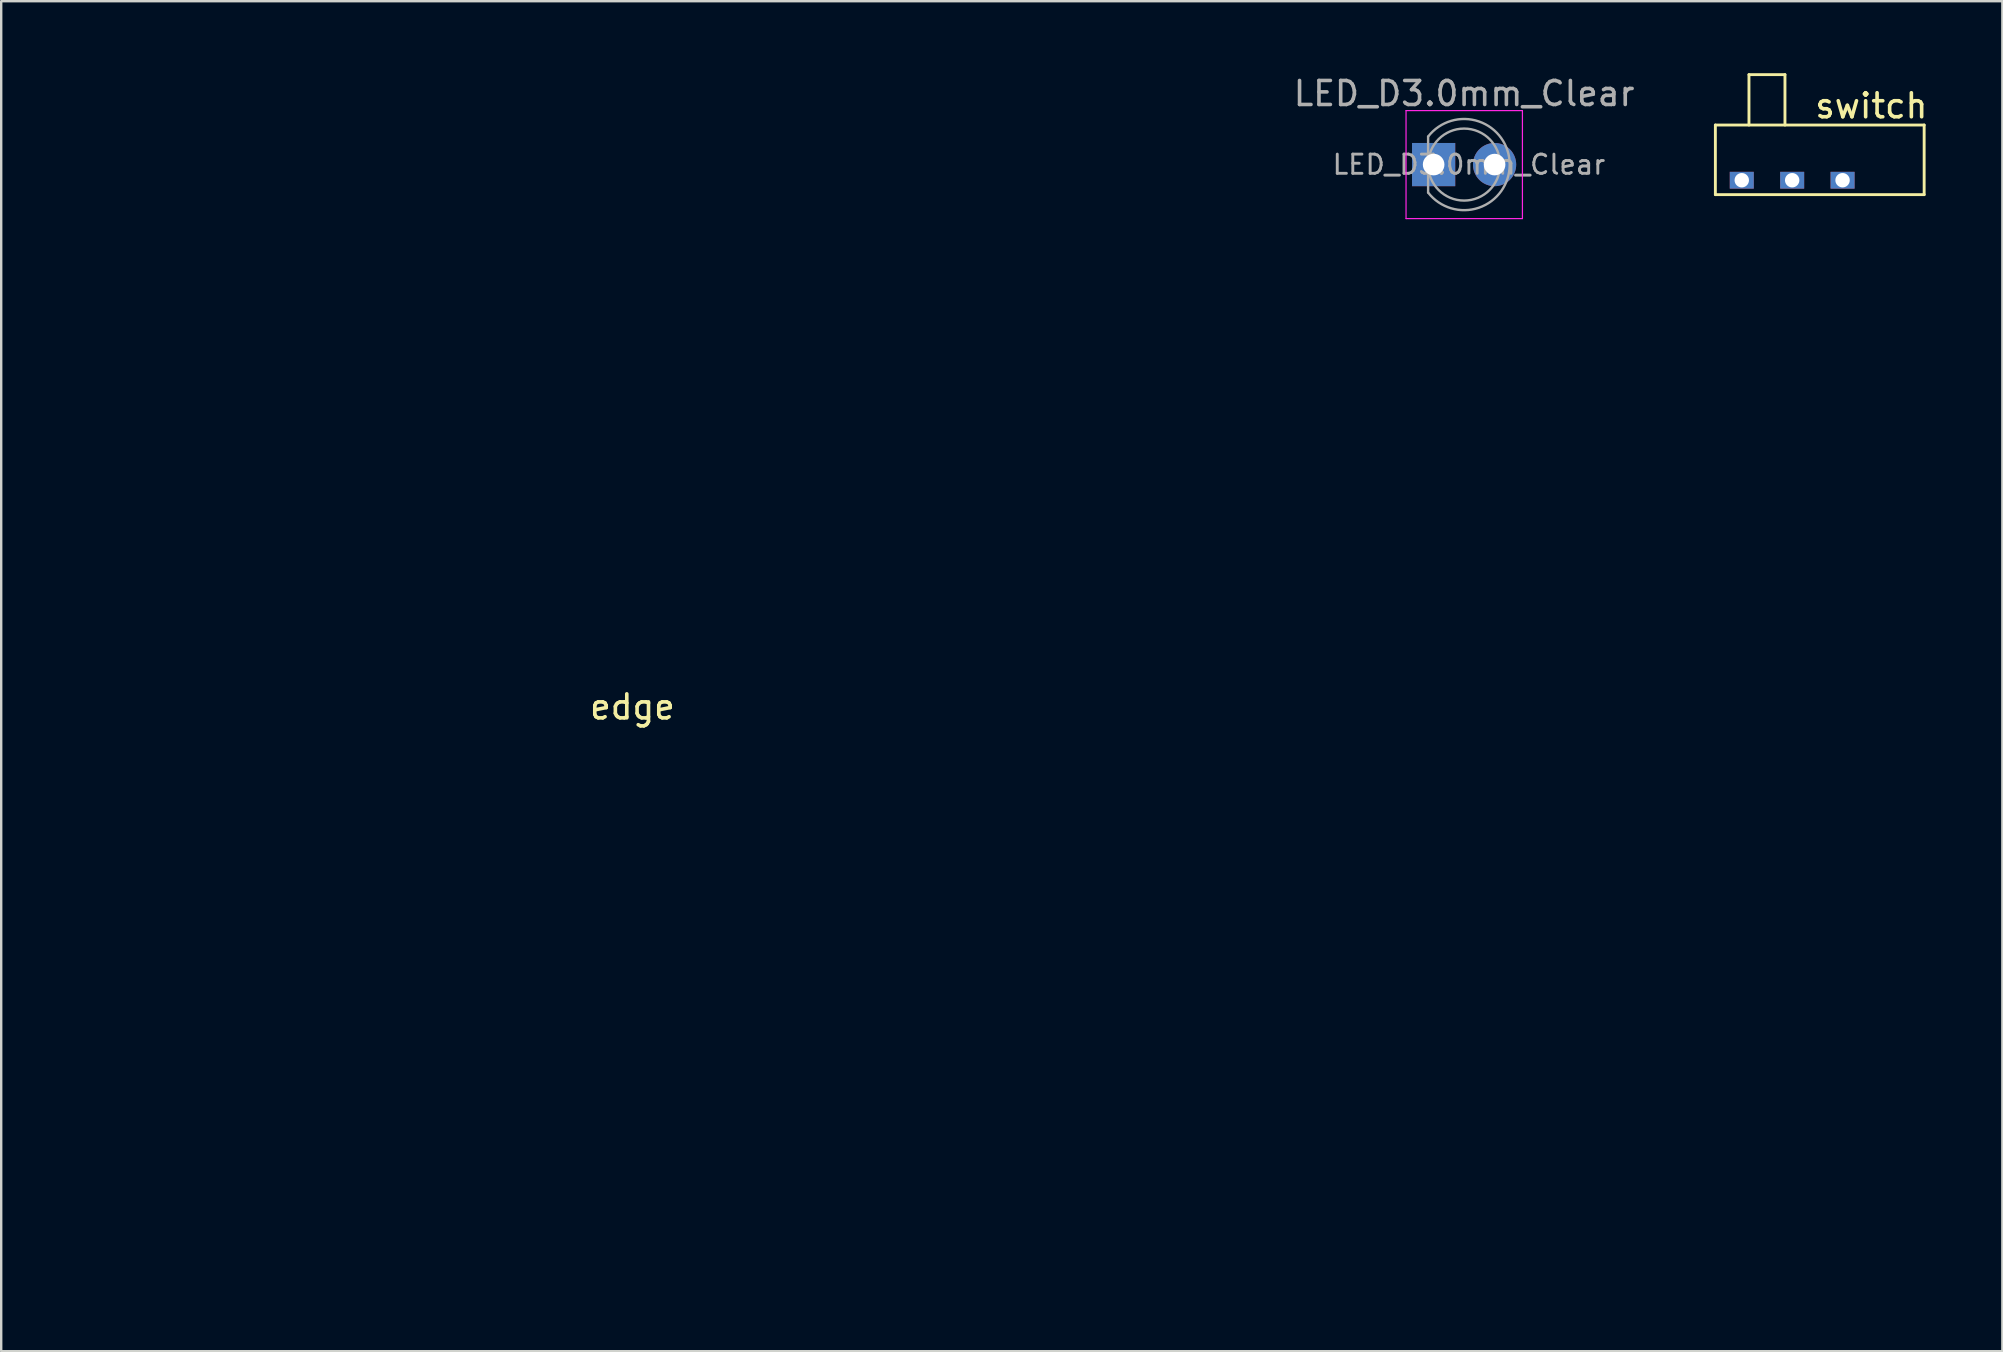
<source format=kicad_pcb>
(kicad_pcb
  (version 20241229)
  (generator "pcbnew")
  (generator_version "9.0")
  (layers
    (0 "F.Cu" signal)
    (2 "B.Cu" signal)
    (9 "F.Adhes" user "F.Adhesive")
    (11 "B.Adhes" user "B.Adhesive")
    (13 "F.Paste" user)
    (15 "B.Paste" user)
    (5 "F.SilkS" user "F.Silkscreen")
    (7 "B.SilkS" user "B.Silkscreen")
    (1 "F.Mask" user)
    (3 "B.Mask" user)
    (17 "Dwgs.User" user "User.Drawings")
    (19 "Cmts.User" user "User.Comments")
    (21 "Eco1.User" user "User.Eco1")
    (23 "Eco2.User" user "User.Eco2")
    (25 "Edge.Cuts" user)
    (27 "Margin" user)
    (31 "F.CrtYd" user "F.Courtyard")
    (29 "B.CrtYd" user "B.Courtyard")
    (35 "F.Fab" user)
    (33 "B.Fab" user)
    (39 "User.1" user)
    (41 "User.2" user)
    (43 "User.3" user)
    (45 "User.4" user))
  (footprint "switch"
    (layer "F.Cu")
    (at 68.429 5.06)
    (property "Reference" "switch" (at 6.5 -3.7 0) (layer "F.SilkS") (effects (font (size 1 1) (thickness 0.15))))
    (attr through_hole)
    (fp_line (start 0 -2.9) (end 0 0) (stroke (width 0.12) (type solid)) (layer "F.SilkS"))
    (fp_line (start 0 0) (end 8.7 0) (stroke (width 0.12) (type solid)) (layer "F.SilkS"))
    (fp_line (start 1.4 -5) (end 1.4 -2.9) (stroke (width 0.12) (type solid)) (layer "F.SilkS"))
    (fp_line (start 2.9 -5) (end 1.4 -5) (stroke (width 0.12) (type solid)) (layer "F.SilkS"))
    (fp_line (start 2.9 -2.9) (end 2.9 -5) (stroke (width 0.12) (type solid)) (layer "F.SilkS"))
    (fp_line (start 8.7 -2.9) (end 0 -2.9) (stroke (width 0.12) (type solid)) (layer "F.SilkS"))
    (fp_line (start 8.7 0) (end 8.7 -2.9) (stroke (width 0.12) (type solid)) (layer "F.SilkS"))
    (pad "1" thru_hole rect (at 1.1 -0.6) (size 1 0.7) (drill 0.6) (layers "*.Cu" "*.Mask" "B.Paste"))
    (pad "2" thru_hole rect (at 3.2 -0.6) (size 1 0.7) (drill 0.6) (layers "*.Cu" "*.Mask" "B.Paste"))
    (pad "3" thru_hole rect (at 5.3 -0.6) (size 1 0.7) (drill 0.6) (layers "*.Cu" "*.Mask" "B.Paste")))
  (footprint "edge"
    (layer "F.Cu")
    (at 23.306 25.908)
    (property "Reference" "edge" (at 0 0.5 0) (layer "F.SilkS") (effects (font (size 1 1) (thickness 0.15))))
    (attr through_hole)
    (fp_line (start -23.305 -12.467) (end -23.305 18.316) (stroke (width 0.002) (type solid)) (layer "Edge.Cuts"))
    (fp_line (start 24.421 16.827) (end 24.421 -12.467) (stroke (width 0.002) (type solid)) (layer "Edge.Cuts"))
    (fp_curve (pts (xy -23.305 18.316) (xy -23.305 18.316) (xy -23.133 23.005) (xy -21.4 24)) (stroke (width 0.002) (type solid)) (layer "Edge.Cuts"))
    (fp_curve (pts (xy -21.4 24) (xy -19.063 25.342) (xy -16.179 22.353) (xy -13.484 22.353)) (stroke (width 0.002) (type solid)) (layer "Edge.Cuts"))
    (fp_curve (pts (xy -13.484 22.353) (xy -10.792 22.354) (xy -8.268 24.074) (xy -5.577 24)) (stroke (width 0.002) (type solid)) (layer "Edge.Cuts"))
    (fp_curve (pts (xy -5.577 24) (xy -2.823 23.924) (xy -0.345 21.773) (xy 2.408 21.87)) (stroke (width 0.002) (type solid)) (layer "Edge.Cuts"))
    (fp_curve (pts (xy -1.738 -25.793) (xy -10.523 -25.168) (xy -18.825 -20.008) (xy -23.305 -12.467)) (stroke (width 0.002) (type solid)) (layer "Edge.Cuts"))
    (fp_curve (pts (xy 2.36 -25.892) (xy 1.642 -25.943) (xy -0.781 -25.861) (xy -1.738 -25.793)) (stroke (width 0.002) (type solid)) (layer "Edge.Cuts"))
    (fp_curve (pts (xy 2.408 21.87) (xy 4.59 21.947) (xy 6.425 23.841) (xy 8.603 24)) (stroke (width 0.002) (type solid)) (layer "Edge.Cuts"))
    (fp_curve (pts (xy 8.603 24) (xy 11.226 24.191) (xy 13.73 22.655) (xy 16.358 22.542)) (stroke (width 0.002) (type solid)) (layer "Edge.Cuts"))
    (fp_curve (pts (xy 16.358 22.542) (xy 18.54 22.448) (xy 21.096 24.459) (xy 22.878 23.196)) (stroke (width 0.002) (type solid)) (layer "Edge.Cuts"))
    (fp_curve (pts (xy 22.878 23.196) (xy 24.66 21.933) (xy 24.421 16.827) (xy 24.421 16.827)) (stroke (width 0.002) (type solid)) (layer "Edge.Cuts"))
    (fp_curve (pts (xy 24.421 -12.467) (xy 19.896 -20.265) (xy 11.299 -25.253) (xy 2.36 -25.892)) (stroke (width 0.002) (type solid)) (layer "Edge.Cuts")))
  (footprint "LED_D3.0mm_Clear"
    (layer "F.Cu")
    (at 56.689 3.808)
    (property "Reference" "LED_D3.0mm_Clear" (at 1.27 -2.96 0) (layer "F.Fab") (effects (font (size 1 1) (thickness 0.15))))
    (attr through_hole)
    (fp_line (start -1.15 -2.25) (end -1.15 2.25) (stroke (width 0.05) (type solid)) (layer "F.CrtYd"))
    (fp_line (start -1.15 2.25) (end 3.7 2.25) (stroke (width 0.05) (type solid)) (layer "F.CrtYd"))
    (fp_line (start 3.7 -2.25) (end -1.15 -2.25) (stroke (width 0.05) (type solid)) (layer "F.CrtYd"))
    (fp_line (start 3.7 2.25) (end 3.7 -2.25) (stroke (width 0.05) (type solid)) (layer "F.CrtYd"))
    (fp_line (start -0.23 -1.166) (end -0.23 1.166) (stroke (width 0.1) (type solid)) (layer "F.Fab"))
    (fp_arc (start -0.23 -1.16619) (mid 3.17 0.000452) (end -0.230555 1.165476) (stroke (width 0.1) (type solid)) (layer "F.Fab"))
    (fp_circle (center 1.27 0) (end 2.77 0) (stroke (width 0.1) (type solid)) (fill no) (layer "F.Fab"))
    (fp_text user "${REFERENCE}" (at 1.47 0 0) (layer "F.Fab") (effects (font (size 0.8 0.8) (thickness 0.12))))
    (pad "1" thru_hole rect (at 0 0) (size 1.8 1.8) (drill 0.9) (layers "*.Cu" "*.Mask"))
    (pad "2" thru_hole circle (at 2.54 0) (size 1.8 1.8) (drill 0.9) (layers "*.Cu" "*.Mask")))
  (gr_rect
    (start -3 -3)
    (end 80.388 53.253)
    (stroke (width 0.1) (type default))
    (fill no)
    (layer "Edge.Cuts")))
</source>
